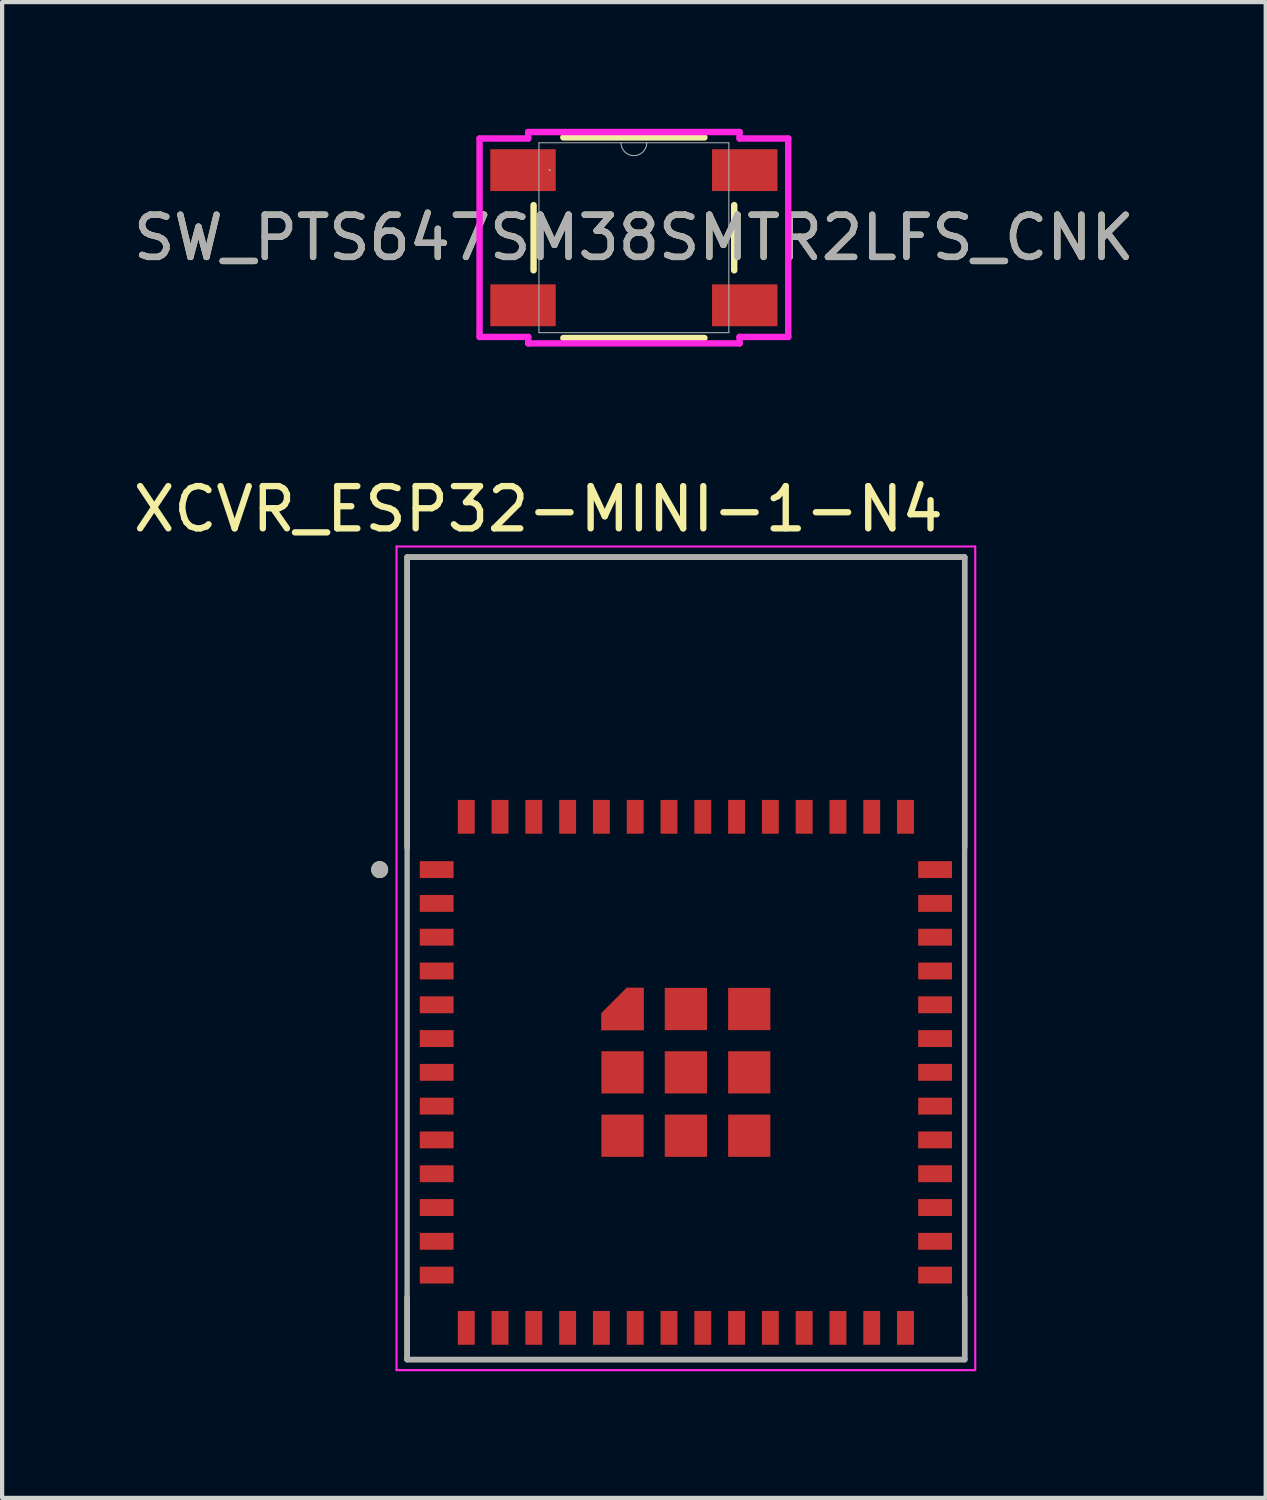
<source format=kicad_pcb>
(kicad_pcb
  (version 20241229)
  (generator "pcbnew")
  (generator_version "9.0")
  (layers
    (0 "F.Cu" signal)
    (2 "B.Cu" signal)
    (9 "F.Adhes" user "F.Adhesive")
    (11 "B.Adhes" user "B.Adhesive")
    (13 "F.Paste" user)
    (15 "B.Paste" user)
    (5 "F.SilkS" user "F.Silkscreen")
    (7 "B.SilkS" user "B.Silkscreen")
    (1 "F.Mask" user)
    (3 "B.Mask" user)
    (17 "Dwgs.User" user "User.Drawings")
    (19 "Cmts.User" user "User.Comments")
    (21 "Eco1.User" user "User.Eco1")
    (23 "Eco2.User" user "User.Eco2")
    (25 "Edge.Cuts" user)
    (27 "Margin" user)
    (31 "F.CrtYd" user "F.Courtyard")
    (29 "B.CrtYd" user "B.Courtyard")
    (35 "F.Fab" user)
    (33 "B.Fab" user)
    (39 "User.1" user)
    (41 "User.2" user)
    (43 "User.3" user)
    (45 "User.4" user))
  (footprint "SW_PTS647SM38SMTR2LFS_CNK"
    (layer "F.Cu")
    (at 11.958 2.578)
    (property "Reference" "SW_PTS647SM38SMTR2LFS_CNK" (at 0 0 0) (unlocked yes) (layer "F.SilkS") (effects (font (size 1 1) (thickness 0.15))))
    (attr smd)
    (fp_line (start -2.375 -0.772) (end -2.375 0.772) (stroke (width 0.152) (type solid)) (layer "F.SilkS"))
    (fp_line (start -1.67 2.375) (end 1.67 2.375) (stroke (width 0.152) (type solid)) (layer "F.SilkS"))
    (fp_line (start 1.67 -2.375) (end -1.67 -2.375) (stroke (width 0.152) (type solid)) (layer "F.SilkS"))
    (fp_line (start 2.375 0.772) (end 2.375 -0.772) (stroke (width 0.152) (type solid)) (layer "F.SilkS"))
    (fp_line (start -3.654 -2.349) (end -2.502 -2.349) (stroke (width 0.152) (type solid)) (layer "F.CrtYd"))
    (fp_line (start -3.654 2.349) (end -3.654 -2.349) (stroke (width 0.152) (type solid)) (layer "F.CrtYd"))
    (fp_line (start -3.654 2.349) (end -2.502 2.349) (stroke (width 0.152) (type solid)) (layer "F.CrtYd"))
    (fp_line (start -2.502 -2.502) (end 2.502 -2.502) (stroke (width 0.152) (type solid)) (layer "F.CrtYd"))
    (fp_line (start -2.502 -2.349) (end -2.502 -2.502) (stroke (width 0.152) (type solid)) (layer "F.CrtYd"))
    (fp_line (start -2.502 2.502) (end -2.502 2.349) (stroke (width 0.152) (type solid)) (layer "F.CrtYd"))
    (fp_line (start 2.502 -2.502) (end 2.502 -2.349) (stroke (width 0.152) (type solid)) (layer "F.CrtYd"))
    (fp_line (start 2.502 2.349) (end 2.502 2.502) (stroke (width 0.152) (type solid)) (layer "F.CrtYd"))
    (fp_line (start 2.502 2.502) (end -2.502 2.502) (stroke (width 0.152) (type solid)) (layer "F.CrtYd"))
    (fp_line (start 3.654 -2.349) (end 2.502 -2.349) (stroke (width 0.152) (type solid)) (layer "F.CrtYd"))
    (fp_line (start 3.654 -2.349) (end 3.654 2.349) (stroke (width 0.152) (type solid)) (layer "F.CrtYd"))
    (fp_line (start 3.654 2.349) (end 2.502 2.349) (stroke (width 0.152) (type solid)) (layer "F.CrtYd"))
    (fp_line (start -2.248 -2.248) (end -2.248 2.248) (stroke (width 0.025) (type solid)) (layer "F.Fab"))
    (fp_line (start -2.248 2.248) (end 2.248 2.248) (stroke (width 0.025) (type solid)) (layer "F.Fab"))
    (fp_line (start 2.248 -2.248) (end -2.248 -2.248) (stroke (width 0.025) (type solid)) (layer "F.Fab"))
    (fp_line (start 2.248 2.248) (end 2.248 -2.248) (stroke (width 0.025) (type solid)) (layer "F.Fab"))
    (fp_arc (start 0.3048 -2.2479) (mid 0 -1.9431) (end -0.3048 -2.2479) (stroke (width 0.0254) (type solid)) (layer "F.Fab"))
    (fp_circle (center -1.994 -1.6) (end -1.994 -1.6) (stroke (width 0.025) (type solid)) (fill no) (layer "F.Fab"))
    (fp_text user "${REFERENCE}" (at 0 0 0) (unlocked yes) (layer "F.Fab") (effects (font (size 1 1) (thickness 0.15))))
    (pad "1" smd rect (at -2.625 -1.6) (size 1.549 0.991) (layers "F.Cu" "F.Mask" "F.Paste"))
    (pad "2" smd rect (at 2.625 -1.6) (size 1.549 0.991) (layers "F.Cu" "F.Mask" "F.Paste"))
    (pad "3" smd rect (at -2.625 1.6) (size 1.549 0.991) (layers "F.Cu" "F.Mask" "F.Paste"))
    (pad "4" smd rect (at 2.625 1.6) (size 1.549 0.991) (layers "F.Cu" "F.Mask" "F.Paste")))
  (footprint "XCVR_ESP32-MINI-1-N4"
    (layer "F.Cu")
    (at 13.189 22.339)
    (property "Reference" "XCVR_ESP32-MINI-1-N4" (at -3.493 -13.335 0) (layer "F.SilkS") (effects (font (size 1 1) (thickness 0.15))))
    (attr smd)
    (fp_poly (pts (xy -2.1 -0.9) (xy -0.9 -0.9) (xy -0.9 -2.1) (xy -1.45 -2.1) (xy -2.1 -1.45)) (stroke (width 0.01) (type solid)) (fill yes) (layer "F.Mask"))
    (fp_line (start -6.6 -12.2) (end -6.6 -5.32) (stroke (width 0.127) (type solid)) (layer "F.SilkS"))
    (fp_line (start -6.6 6.8) (end -6.6 5.32) (stroke (width 0.127) (type solid)) (layer "F.SilkS"))
    (fp_line (start -6.6 6.8) (end 6.6 6.8) (stroke (width 0.127) (type solid)) (layer "F.SilkS"))
    (fp_line (start 6.6 -12.2) (end -6.6 -12.2) (stroke (width 0.127) (type solid)) (layer "F.SilkS"))
    (fp_line (start 6.6 -5.32) (end 6.6 -12.2) (stroke (width 0.127) (type solid)) (layer "F.SilkS"))
    (fp_line (start 6.6 6.8) (end 6.6 5.32) (stroke (width 0.127) (type solid)) (layer "F.SilkS"))
    (fp_circle (center -7.25 -4.8) (end -7.15 -4.8) (stroke (width 0.2) (type solid)) (fill no) (layer "F.SilkS"))
    (fp_poly (pts (xy -2 -1) (xy -1 -1) (xy -1 -1.02) (xy -1 -2) (xy -1.4 -2) (xy -2 -1.4)) (stroke (width 0.01) (type solid)) (fill yes) (layer "F.Paste"))
    (fp_line (start -6.85 -12.45) (end -6.85 7.05) (stroke (width 0.05) (type solid)) (layer "F.CrtYd"))
    (fp_line (start -6.85 7.05) (end 6.85 7.05) (stroke (width 0.05) (type solid)) (layer "F.CrtYd"))
    (fp_line (start 6.85 -12.45) (end -6.85 -12.45) (stroke (width 0.05) (type solid)) (layer "F.CrtYd"))
    (fp_line (start 6.85 7.05) (end 6.85 -12.45) (stroke (width 0.05) (type solid)) (layer "F.CrtYd"))
    (fp_line (start -6.6 -12.2) (end -6.6 6.8) (stroke (width 0.127) (type solid)) (layer "F.Fab"))
    (fp_line (start -6.6 6.8) (end 6.6 6.8) (stroke (width 0.127) (type solid)) (layer "F.Fab"))
    (fp_line (start 6.6 -12.2) (end -6.6 -12.2) (stroke (width 0.127) (type solid)) (layer "F.Fab"))
    (fp_line (start 6.6 6.8) (end 6.6 -12.2) (stroke (width 0.127) (type solid)) (layer "F.Fab"))
    (fp_circle (center -7.25 -4.8) (end -7.15 -4.8) (stroke (width 0.2) (type solid)) (fill no) (layer "F.Fab"))
    (pad "1" smd rect (at -5.9 -4.8) (size 0.8 0.4) (layers "F.Cu" "F.Mask" "F.Paste"))
    (pad "2" smd rect (at -5.9 -4) (size 0.8 0.4) (layers "F.Cu" "F.Mask" "F.Paste"))
    (pad "3" smd rect (at -5.9 -3.2) (size 0.8 0.4) (layers "F.Cu" "F.Mask" "F.Paste"))
    (pad "4" smd rect (at -5.9 -2.4) (size 0.8 0.4) (layers "F.Cu" "F.Mask" "F.Paste"))
    (pad "5" smd rect (at -5.9 -1.6) (size 0.8 0.4) (layers "F.Cu" "F.Mask" "F.Paste"))
    (pad "6" smd rect (at -5.9 -0.8) (size 0.8 0.4) (layers "F.Cu" "F.Mask" "F.Paste"))
    (pad "7" smd rect (at -5.9 0) (size 0.8 0.4) (layers "F.Cu" "F.Mask" "F.Paste"))
    (pad "8" smd rect (at -5.9 0.8) (size 0.8 0.4) (layers "F.Cu" "F.Mask" "F.Paste"))
    (pad "9" smd rect (at -5.9 1.6) (size 0.8 0.4) (layers "F.Cu" "F.Mask" "F.Paste"))
    (pad "10" smd rect (at -5.9 2.4) (size 0.8 0.4) (layers "F.Cu" "F.Mask" "F.Paste"))
    (pad "11" smd rect (at -5.9 3.2) (size 0.8 0.4) (layers "F.Cu" "F.Mask" "F.Paste"))
    (pad "12" smd rect (at -5.9 4) (size 0.8 0.4) (layers "F.Cu" "F.Mask" "F.Paste"))
    (pad "13" smd rect (at -5.9 4.8) (size 0.8 0.4) (layers "F.Cu" "F.Mask" "F.Paste"))
    (pad "14" smd rect (at -5.2 6.05) (size 0.4 0.8) (layers "F.Cu" "F.Mask" "F.Paste"))
    (pad "15" smd rect (at -4.4 6.05) (size 0.4 0.8) (layers "F.Cu" "F.Mask" "F.Paste"))
    (pad "16" smd rect (at -3.6 6.05) (size 0.4 0.8) (layers "F.Cu" "F.Mask" "F.Paste"))
    (pad "17" smd rect (at -2.8 6.05) (size 0.4 0.8) (layers "F.Cu" "F.Mask" "F.Paste"))
    (pad "18" smd rect (at -2 6.05) (size 0.4 0.8) (layers "F.Cu" "F.Mask" "F.Paste"))
    (pad "19" smd rect (at -1.2 6.05) (size 0.4 0.8) (layers "F.Cu" "F.Mask" "F.Paste"))
    (pad "20" smd rect (at -0.4 6.05) (size 0.4 0.8) (layers "F.Cu" "F.Mask" "F.Paste"))
    (pad "21" smd rect (at 0.4 6.05) (size 0.4 0.8) (layers "F.Cu" "F.Mask" "F.Paste"))
    (pad "22" smd rect (at 1.2 6.05) (size 0.4 0.8) (layers "F.Cu" "F.Mask" "F.Paste"))
    (pad "23" smd rect (at 2 6.05) (size 0.4 0.8) (layers "F.Cu" "F.Mask" "F.Paste"))
    (pad "24" smd rect (at 2.8 6.05) (size 0.4 0.8) (layers "F.Cu" "F.Mask" "F.Paste"))
    (pad "25" smd rect (at 3.6 6.05) (size 0.4 0.8) (layers "F.Cu" "F.Mask" "F.Paste"))
    (pad "26" smd rect (at 4.4 6.05) (size 0.4 0.8) (layers "F.Cu" "F.Mask" "F.Paste"))
    (pad "27" smd rect (at 5.2 6.05) (size 0.4 0.8) (layers "F.Cu" "F.Mask" "F.Paste"))
    (pad "28" smd rect (at 5.9 4.8) (size 0.8 0.4) (layers "F.Cu" "F.Mask" "F.Paste"))
    (pad "29" smd rect (at 5.9 4) (size 0.8 0.4) (layers "F.Cu" "F.Mask" "F.Paste"))
    (pad "30" smd rect (at 5.9 3.2) (size 0.8 0.4) (layers "F.Cu" "F.Mask" "F.Paste"))
    (pad "31" smd rect (at 5.9 2.4) (size 0.8 0.4) (layers "F.Cu" "F.Mask" "F.Paste"))
    (pad "32" smd rect (at 5.9 1.6) (size 0.8 0.4) (layers "F.Cu" "F.Mask" "F.Paste"))
    (pad "33" smd rect (at 5.9 0.8) (size 0.8 0.4) (layers "F.Cu" "F.Mask" "F.Paste"))
    (pad "34" smd rect (at 5.9 0) (size 0.8 0.4) (layers "F.Cu" "F.Mask" "F.Paste"))
    (pad "35" smd rect (at 5.9 -0.8) (size 0.8 0.4) (layers "F.Cu" "F.Mask" "F.Paste"))
    (pad "36" smd rect (at 5.9 -1.6) (size 0.8 0.4) (layers "F.Cu" "F.Mask" "F.Paste"))
    (pad "37" smd rect (at 5.9 -2.4) (size 0.8 0.4) (layers "F.Cu" "F.Mask" "F.Paste"))
    (pad "38" smd rect (at 5.9 -3.2) (size 0.8 0.4) (layers "F.Cu" "F.Mask" "F.Paste"))
    (pad "39" smd rect (at 5.9 -4) (size 0.8 0.4) (layers "F.Cu" "F.Mask" "F.Paste"))
    (pad "40" smd rect (at 5.9 -4.8) (size 0.8 0.4) (layers "F.Cu" "F.Mask" "F.Paste"))
    (pad "41" smd rect (at 5.2 -6.05) (size 0.4 0.8) (layers "F.Cu" "F.Mask" "F.Paste"))
    (pad "42" smd rect (at 4.4 -6.05) (size 0.4 0.8) (layers "F.Cu" "F.Mask" "F.Paste"))
    (pad "43" smd rect (at 3.6 -6.05) (size 0.4 0.8) (layers "F.Cu" "F.Mask" "F.Paste"))
    (pad "44" smd rect (at 2.8 -6.05) (size 0.4 0.8) (layers "F.Cu" "F.Mask" "F.Paste"))
    (pad "45" smd rect (at 2 -6.05) (size 0.4 0.8) (layers "F.Cu" "F.Mask" "F.Paste"))
    (pad "46" smd rect (at 1.2 -6.05) (size 0.4 0.8) (layers "F.Cu" "F.Mask" "F.Paste"))
    (pad "47" smd rect (at 0.4 -6.05) (size 0.4 0.8) (layers "F.Cu" "F.Mask" "F.Paste"))
    (pad "48" smd rect (at -0.4 -6.05) (size 0.4 0.8) (layers "F.Cu" "F.Mask" "F.Paste"))
    (pad "49" smd rect (at -1.2 -6.05) (size 0.4 0.8) (layers "F.Cu" "F.Mask" "F.Paste"))
    (pad "50" smd rect (at -2 -6.05) (size 0.4 0.8) (layers "F.Cu" "F.Mask" "F.Paste"))
    (pad "51" smd rect (at -2.8 -6.05) (size 0.4 0.8) (layers "F.Cu" "F.Mask" "F.Paste"))
    (pad "52" smd rect (at -3.6 -6.05) (size 0.4 0.8) (layers "F.Cu" "F.Mask" "F.Paste"))
    (pad "53" smd rect (at -4.4 -6.05) (size 0.4 0.8) (layers "F.Cu" "F.Mask" "F.Paste"))
    (pad "54" smd rect (at -5.2 -6.05) (size 0.4 0.8) (layers "F.Cu" "F.Mask" "F.Paste"))
    (pad "55_1" smd custom (at -1.5 -1.5) (size 0.25 0.25) (layers "F.Cu") (options (anchor rect)) (primitives (gr_poly (pts (xy 0.5 -0.5) (xy 0.1 -0.5) (xy -0.5 0.1) (xy -0.5 0.5) (xy -0.33 0.5) (xy 0.5 0.5)) (width 0.01) (fill yes))))
    (pad "55_2" smd rect (at 0 -1.5) (size 1 1) (layers "F.Cu" "F.Mask" "F.Paste"))
    (pad "55_3" smd rect (at 1.5 -1.5) (size 1 1) (layers "F.Cu" "F.Mask" "F.Paste"))
    (pad "55_4" smd rect (at -1.5 0) (size 1 1) (layers "F.Cu" "F.Mask" "F.Paste"))
    (pad "55_5" smd rect (at 0 0) (size 1 1) (layers "F.Cu" "F.Mask" "F.Paste"))
    (pad "55_6" smd rect (at 1.5 0) (size 1 1) (layers "F.Cu" "F.Mask" "F.Paste"))
    (pad "55_7" smd rect (at -1.5 1.5) (size 1 1) (layers "F.Cu" "F.Mask" "F.Paste"))
    (pad "55_8" smd rect (at 0 1.5) (size 1 1) (layers "F.Cu" "F.Mask" "F.Paste"))
    (pad "55_9" smd rect (at 1.5 1.5) (size 1 1) (layers "F.Cu" "F.Mask" "F.Paste"))
    (zone (net_name "") (layer "F.Cu") (hatch full 0.508) (connect_pads) (min_thickness 0.01) (filled_areas_thickness no) (keepout (tracks not_allowed) (vias not_allowed) (pads not_allowed) (copperpour not_allowed) (footprints allowed)) (placement (enabled no)) (fill) (polygon (pts (xy 6.589 10.139) (xy 19.789 10.139) (xy 19.789 15.539) (xy 6.589 15.539))))
    (zone (net_name "") (layers "F.Cu" "B.Cu") (hatch full 0.508) (connect_pads) (min_thickness 0.01) (filled_areas_thickness no) (keepout (tracks allowed) (vias not_allowed) (pads allowed) (copperpour allowed) (footprints allowed)) (placement (enabled no)) (fill) (polygon (pts (xy 6.589 10.139) (xy 19.789 10.139) (xy 19.789 15.539) (xy 6.589 15.539)))))
  (gr_rect
    (start -3 -3)
    (end 26.917 32.414)
    (stroke (width 0.1) (type default))
    (fill no)
    (layer "Edge.Cuts")))
</source>
